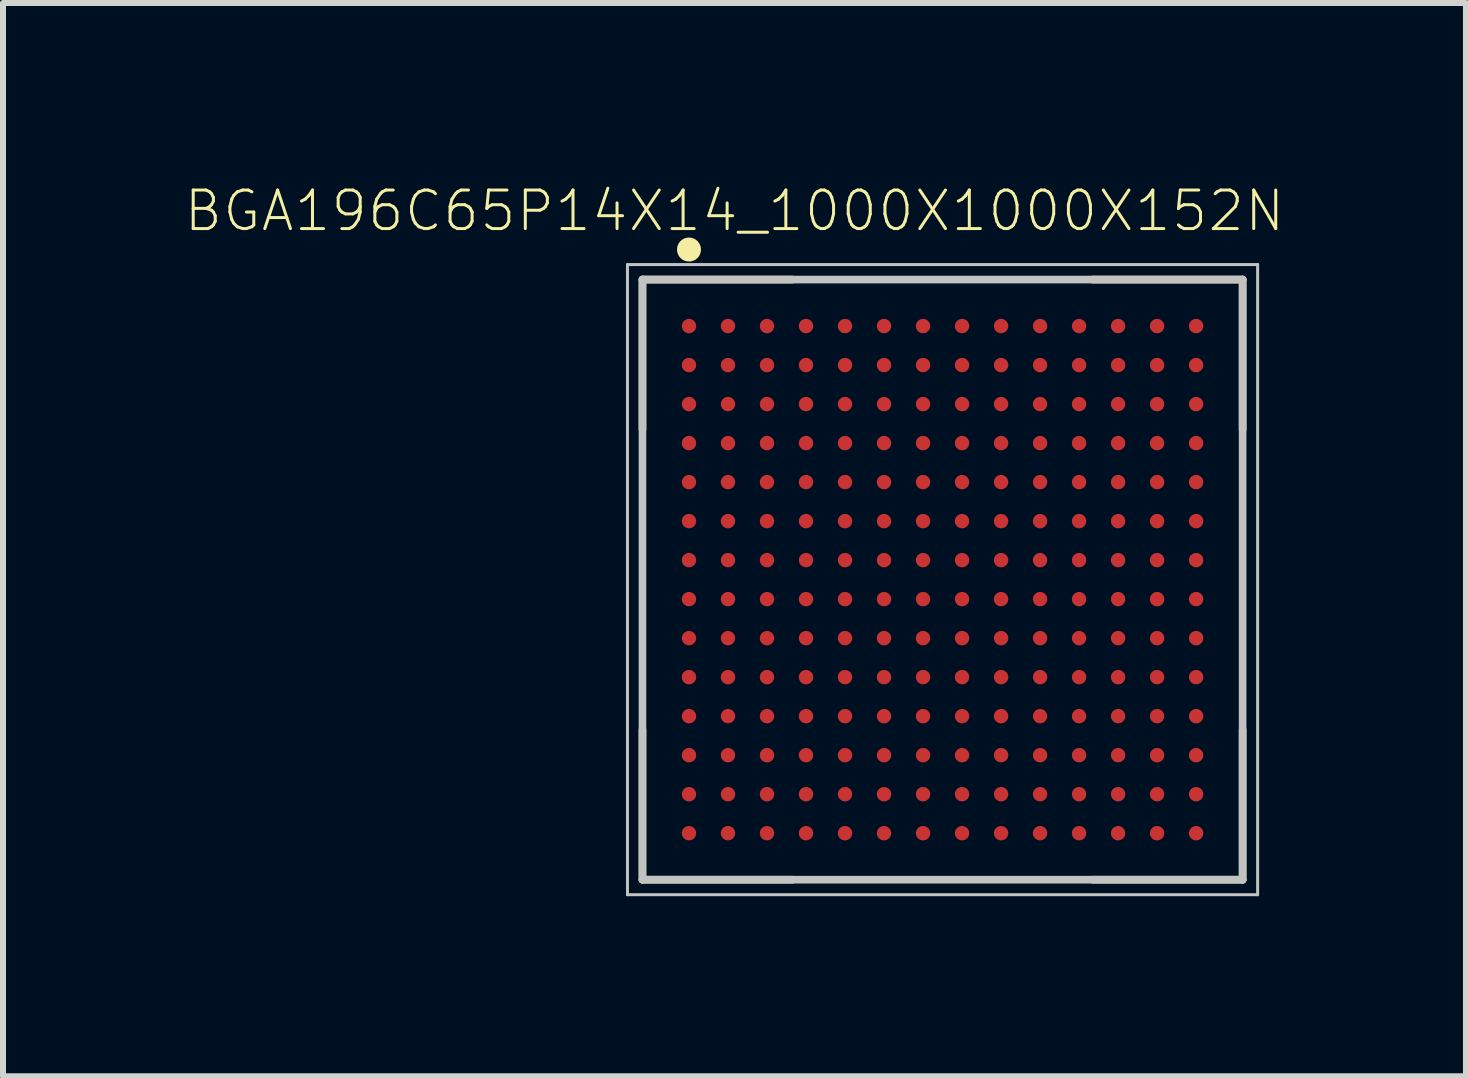
<source format=kicad_pcb>
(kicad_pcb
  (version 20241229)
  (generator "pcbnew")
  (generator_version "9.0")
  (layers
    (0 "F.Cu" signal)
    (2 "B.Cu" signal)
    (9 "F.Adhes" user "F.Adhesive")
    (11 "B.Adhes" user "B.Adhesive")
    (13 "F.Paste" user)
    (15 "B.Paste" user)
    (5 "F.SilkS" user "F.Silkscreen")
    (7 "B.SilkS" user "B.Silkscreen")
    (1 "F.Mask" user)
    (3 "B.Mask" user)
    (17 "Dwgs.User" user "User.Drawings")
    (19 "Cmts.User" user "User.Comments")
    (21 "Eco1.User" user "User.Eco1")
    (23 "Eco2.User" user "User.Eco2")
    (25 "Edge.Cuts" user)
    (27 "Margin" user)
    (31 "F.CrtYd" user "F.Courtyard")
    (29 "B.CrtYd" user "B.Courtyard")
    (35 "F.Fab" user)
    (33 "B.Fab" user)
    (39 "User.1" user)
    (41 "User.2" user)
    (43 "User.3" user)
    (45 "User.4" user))
  (footprint "BGA196C65P14X14_1000X1000X152N"
    (layer "F.Cu")
    (at 12.655 6.608)
    (property "Reference" "BGA196C65P14X14_1000X1000X152N" (at -3.467 -6.144 0) (layer "F.SilkS") (effects (font (size 0.642 0.642) (thickness 0.05))))
    (attr smd)
    (fp_line (start -5 -5) (end -5 -2.5) (stroke (width 0.127) (type solid)) (layer "F.SilkS"))
    (fp_line (start -5 -5) (end -2.5 -5) (stroke (width 0.127) (type solid)) (layer "F.SilkS"))
    (fp_line (start -5 5) (end -5 2.5) (stroke (width 0.127) (type solid)) (layer "F.SilkS"))
    (fp_line (start -2.5 5) (end -5 5) (stroke (width 0.127) (type solid)) (layer "F.SilkS"))
    (fp_line (start 2.5 -5) (end 5 -5) (stroke (width 0.127) (type solid)) (layer "F.SilkS"))
    (fp_line (start 5 -5) (end 5 -2.5) (stroke (width 0.127) (type solid)) (layer "F.SilkS"))
    (fp_line (start 5 2.5) (end 5 5) (stroke (width 0.127) (type solid)) (layer "F.SilkS"))
    (fp_line (start 5 5) (end 2.5 5) (stroke (width 0.127) (type solid)) (layer "F.SilkS"))
    (fp_circle (center -4.225 -5.5) (end -4.125 -5.5) (stroke (width 0.2) (type solid)) (fill no) (layer "F.SilkS"))
    (fp_line (start -5.25 -5.25) (end -5.25 5.25) (stroke (width 0.05) (type solid)) (layer "Dwgs.User"))
    (fp_line (start -5.25 5.25) (end 5.25 5.25) (stroke (width 0.05) (type solid)) (layer "Dwgs.User"))
    (fp_line (start -5 -5) (end 5 -5) (stroke (width 0.127) (type solid)) (layer "Dwgs.User"))
    (fp_line (start -5 5) (end -5 -5) (stroke (width 0.127) (type solid)) (layer "Dwgs.User"))
    (fp_line (start 5 -5) (end 5 5) (stroke (width 0.127) (type solid)) (layer "Dwgs.User"))
    (fp_line (start 5 5) (end -5 5) (stroke (width 0.127) (type solid)) (layer "Dwgs.User"))
    (fp_line (start 5.25 -5.25) (end -5.25 -5.25) (stroke (width 0.05) (type solid)) (layer "Dwgs.User"))
    (fp_line (start 5.25 5.25) (end 5.25 -5.25) (stroke (width 0.05) (type solid)) (layer "Dwgs.User"))
    (pad "A1" smd circle (at -4.225 -4.225) (size 0.24 0.24) (layers "F.Cu" "F.Mask" "F.Paste"))
    (pad "A2" smd circle (at -3.575 -4.225) (size 0.24 0.24) (layers "F.Cu" "F.Mask" "F.Paste"))
    (pad "A3" smd circle (at -2.925 -4.225) (size 0.24 0.24) (layers "F.Cu" "F.Mask" "F.Paste"))
    (pad "A4" smd circle (at -2.275 -4.225) (size 0.24 0.24) (layers "F.Cu" "F.Mask" "F.Paste"))
    (pad "A5" smd circle (at -1.625 -4.225) (size 0.24 0.24) (layers "F.Cu" "F.Mask" "F.Paste"))
    (pad "A6" smd circle (at -0.975 -4.225) (size 0.24 0.24) (layers "F.Cu" "F.Mask" "F.Paste"))
    (pad "A7" smd circle (at -0.325 -4.225) (size 0.24 0.24) (layers "F.Cu" "F.Mask" "F.Paste"))
    (pad "A8" smd circle (at 0.325 -4.225) (size 0.24 0.24) (layers "F.Cu" "F.Mask" "F.Paste"))
    (pad "A9" smd circle (at 0.975 -4.225) (size 0.24 0.24) (layers "F.Cu" "F.Mask" "F.Paste"))
    (pad "A10" smd circle (at 1.625 -4.225) (size 0.24 0.24) (layers "F.Cu" "F.Mask" "F.Paste"))
    (pad "A11" smd circle (at 2.275 -4.225) (size 0.24 0.24) (layers "F.Cu" "F.Mask" "F.Paste"))
    (pad "A12" smd circle (at 2.925 -4.225) (size 0.24 0.24) (layers "F.Cu" "F.Mask" "F.Paste"))
    (pad "A13" smd circle (at 3.575 -4.225) (size 0.24 0.24) (layers "F.Cu" "F.Mask" "F.Paste"))
    (pad "A14" smd circle (at 4.225 -4.225) (size 0.24 0.24) (layers "F.Cu" "F.Mask" "F.Paste"))
    (pad "B1" smd circle (at -4.225 -3.575) (size 0.24 0.24) (layers "F.Cu" "F.Mask" "F.Paste"))
    (pad "B2" smd circle (at -3.575 -3.575) (size 0.24 0.24) (layers "F.Cu" "F.Mask" "F.Paste"))
    (pad "B3" smd circle (at -2.925 -3.575) (size 0.24 0.24) (layers "F.Cu" "F.Mask" "F.Paste"))
    (pad "B4" smd circle (at -2.275 -3.575) (size 0.24 0.24) (layers "F.Cu" "F.Mask" "F.Paste"))
    (pad "B5" smd circle (at -1.625 -3.575) (size 0.24 0.24) (layers "F.Cu" "F.Mask" "F.Paste"))
    (pad "B6" smd circle (at -0.975 -3.575) (size 0.24 0.24) (layers "F.Cu" "F.Mask" "F.Paste"))
    (pad "B7" smd circle (at -0.325 -3.575) (size 0.24 0.24) (layers "F.Cu" "F.Mask" "F.Paste"))
    (pad "B8" smd circle (at 0.325 -3.575) (size 0.24 0.24) (layers "F.Cu" "F.Mask" "F.Paste"))
    (pad "B9" smd circle (at 0.975 -3.575) (size 0.24 0.24) (layers "F.Cu" "F.Mask" "F.Paste"))
    (pad "B10" smd circle (at 1.625 -3.575) (size 0.24 0.24) (layers "F.Cu" "F.Mask" "F.Paste"))
    (pad "B11" smd circle (at 2.275 -3.575) (size 0.24 0.24) (layers "F.Cu" "F.Mask" "F.Paste"))
    (pad "B12" smd circle (at 2.925 -3.575) (size 0.24 0.24) (layers "F.Cu" "F.Mask" "F.Paste"))
    (pad "B13" smd circle (at 3.575 -3.575) (size 0.24 0.24) (layers "F.Cu" "F.Mask" "F.Paste"))
    (pad "B14" smd circle (at 4.225 -3.575) (size 0.24 0.24) (layers "F.Cu" "F.Mask" "F.Paste"))
    (pad "C1" smd circle (at -4.225 -2.925) (size 0.24 0.24) (layers "F.Cu" "F.Mask" "F.Paste"))
    (pad "C2" smd circle (at -3.575 -2.925) (size 0.24 0.24) (layers "F.Cu" "F.Mask" "F.Paste"))
    (pad "C3" smd circle (at -2.925 -2.925) (size 0.24 0.24) (layers "F.Cu" "F.Mask" "F.Paste"))
    (pad "C4" smd circle (at -2.275 -2.925) (size 0.24 0.24) (layers "F.Cu" "F.Mask" "F.Paste"))
    (pad "C5" smd circle (at -1.625 -2.925) (size 0.24 0.24) (layers "F.Cu" "F.Mask" "F.Paste"))
    (pad "C6" smd circle (at -0.975 -2.925) (size 0.24 0.24) (layers "F.Cu" "F.Mask" "F.Paste"))
    (pad "C7" smd circle (at -0.325 -2.925) (size 0.24 0.24) (layers "F.Cu" "F.Mask" "F.Paste"))
    (pad "C8" smd circle (at 0.325 -2.925) (size 0.24 0.24) (layers "F.Cu" "F.Mask" "F.Paste"))
    (pad "C9" smd circle (at 0.975 -2.925) (size 0.24 0.24) (layers "F.Cu" "F.Mask" "F.Paste"))
    (pad "C10" smd circle (at 1.625 -2.925) (size 0.24 0.24) (layers "F.Cu" "F.Mask" "F.Paste"))
    (pad "C11" smd circle (at 2.275 -2.925) (size 0.24 0.24) (layers "F.Cu" "F.Mask" "F.Paste"))
    (pad "C12" smd circle (at 2.925 -2.925) (size 0.24 0.24) (layers "F.Cu" "F.Mask" "F.Paste"))
    (pad "C13" smd circle (at 3.575 -2.925) (size 0.24 0.24) (layers "F.Cu" "F.Mask" "F.Paste"))
    (pad "C14" smd circle (at 4.225 -2.925) (size 0.24 0.24) (layers "F.Cu" "F.Mask" "F.Paste"))
    (pad "D1" smd circle (at -4.225 -2.275) (size 0.24 0.24) (layers "F.Cu" "F.Mask" "F.Paste"))
    (pad "D2" smd circle (at -3.575 -2.275) (size 0.24 0.24) (layers "F.Cu" "F.Mask" "F.Paste"))
    (pad "D3" smd circle (at -2.925 -2.275) (size 0.24 0.24) (layers "F.Cu" "F.Mask" "F.Paste"))
    (pad "D4" smd circle (at -2.275 -2.275) (size 0.24 0.24) (layers "F.Cu" "F.Mask" "F.Paste"))
    (pad "D5" smd circle (at -1.625 -2.275) (size 0.24 0.24) (layers "F.Cu" "F.Mask" "F.Paste"))
    (pad "D6" smd circle (at -0.975 -2.275) (size 0.24 0.24) (layers "F.Cu" "F.Mask" "F.Paste"))
    (pad "D7" smd circle (at -0.325 -2.275) (size 0.24 0.24) (layers "F.Cu" "F.Mask" "F.Paste"))
    (pad "D8" smd circle (at 0.325 -2.275) (size 0.24 0.24) (layers "F.Cu" "F.Mask" "F.Paste"))
    (pad "D9" smd circle (at 0.975 -2.275) (size 0.24 0.24) (layers "F.Cu" "F.Mask" "F.Paste"))
    (pad "D10" smd circle (at 1.625 -2.275) (size 0.24 0.24) (layers "F.Cu" "F.Mask" "F.Paste"))
    (pad "D11" smd circle (at 2.275 -2.275) (size 0.24 0.24) (layers "F.Cu" "F.Mask" "F.Paste"))
    (pad "D12" smd circle (at 2.925 -2.275) (size 0.24 0.24) (layers "F.Cu" "F.Mask" "F.Paste"))
    (pad "D13" smd circle (at 3.575 -2.275) (size 0.24 0.24) (layers "F.Cu" "F.Mask" "F.Paste"))
    (pad "D14" smd circle (at 4.225 -2.275) (size 0.24 0.24) (layers "F.Cu" "F.Mask" "F.Paste"))
    (pad "E1" smd circle (at -4.225 -1.625) (size 0.24 0.24) (layers "F.Cu" "F.Mask" "F.Paste"))
    (pad "E2" smd circle (at -3.575 -1.625) (size 0.24 0.24) (layers "F.Cu" "F.Mask" "F.Paste"))
    (pad "E3" smd circle (at -2.925 -1.625) (size 0.24 0.24) (layers "F.Cu" "F.Mask" "F.Paste"))
    (pad "E4" smd circle (at -2.275 -1.625) (size 0.24 0.24) (layers "F.Cu" "F.Mask" "F.Paste"))
    (pad "E5" smd circle (at -1.625 -1.625) (size 0.24 0.24) (layers "F.Cu" "F.Mask" "F.Paste"))
    (pad "E6" smd circle (at -0.975 -1.625) (size 0.24 0.24) (layers "F.Cu" "F.Mask" "F.Paste"))
    (pad "E7" smd circle (at -0.325 -1.625) (size 0.24 0.24) (layers "F.Cu" "F.Mask" "F.Paste"))
    (pad "E8" smd circle (at 0.325 -1.625) (size 0.24 0.24) (layers "F.Cu" "F.Mask" "F.Paste"))
    (pad "E9" smd circle (at 0.975 -1.625) (size 0.24 0.24) (layers "F.Cu" "F.Mask" "F.Paste"))
    (pad "E10" smd circle (at 1.625 -1.625) (size 0.24 0.24) (layers "F.Cu" "F.Mask" "F.Paste"))
    (pad "E11" smd circle (at 2.275 -1.625) (size 0.24 0.24) (layers "F.Cu" "F.Mask" "F.Paste"))
    (pad "E12" smd circle (at 2.925 -1.625) (size 0.24 0.24) (layers "F.Cu" "F.Mask" "F.Paste"))
    (pad "E13" smd circle (at 3.575 -1.625) (size 0.24 0.24) (layers "F.Cu" "F.Mask" "F.Paste"))
    (pad "E14" smd circle (at 4.225 -1.625) (size 0.24 0.24) (layers "F.Cu" "F.Mask" "F.Paste"))
    (pad "F1" smd circle (at -4.225 -0.975) (size 0.24 0.24) (layers "F.Cu" "F.Mask" "F.Paste"))
    (pad "F2" smd circle (at -3.575 -0.975) (size 0.24 0.24) (layers "F.Cu" "F.Mask" "F.Paste"))
    (pad "F3" smd circle (at -2.925 -0.975) (size 0.24 0.24) (layers "F.Cu" "F.Mask" "F.Paste"))
    (pad "F4" smd circle (at -2.275 -0.975) (size 0.24 0.24) (layers "F.Cu" "F.Mask" "F.Paste"))
    (pad "F5" smd circle (at -1.625 -0.975) (size 0.24 0.24) (layers "F.Cu" "F.Mask" "F.Paste"))
    (pad "F6" smd circle (at -0.975 -0.975) (size 0.24 0.24) (layers "F.Cu" "F.Mask" "F.Paste"))
    (pad "F7" smd circle (at -0.325 -0.975) (size 0.24 0.24) (layers "F.Cu" "F.Mask" "F.Paste"))
    (pad "F8" smd circle (at 0.325 -0.975) (size 0.24 0.24) (layers "F.Cu" "F.Mask" "F.Paste"))
    (pad "F9" smd circle (at 0.975 -0.975) (size 0.24 0.24) (layers "F.Cu" "F.Mask" "F.Paste"))
    (pad "F10" smd circle (at 1.625 -0.975) (size 0.24 0.24) (layers "F.Cu" "F.Mask" "F.Paste"))
    (pad "F11" smd circle (at 2.275 -0.975) (size 0.24 0.24) (layers "F.Cu" "F.Mask" "F.Paste"))
    (pad "F12" smd circle (at 2.925 -0.975) (size 0.24 0.24) (layers "F.Cu" "F.Mask" "F.Paste"))
    (pad "F13" smd circle (at 3.575 -0.975) (size 0.24 0.24) (layers "F.Cu" "F.Mask" "F.Paste"))
    (pad "F14" smd circle (at 4.225 -0.975) (size 0.24 0.24) (layers "F.Cu" "F.Mask" "F.Paste"))
    (pad "G1" smd circle (at -4.225 -0.325) (size 0.24 0.24) (layers "F.Cu" "F.Mask" "F.Paste"))
    (pad "G2" smd circle (at -3.575 -0.325) (size 0.24 0.24) (layers "F.Cu" "F.Mask" "F.Paste"))
    (pad "G3" smd circle (at -2.925 -0.325) (size 0.24 0.24) (layers "F.Cu" "F.Mask" "F.Paste"))
    (pad "G4" smd circle (at -2.275 -0.325) (size 0.24 0.24) (layers "F.Cu" "F.Mask" "F.Paste"))
    (pad "G5" smd circle (at -1.625 -0.325) (size 0.24 0.24) (layers "F.Cu" "F.Mask" "F.Paste"))
    (pad "G6" smd circle (at -0.975 -0.325) (size 0.24 0.24) (layers "F.Cu" "F.Mask" "F.Paste"))
    (pad "G7" smd circle (at -0.325 -0.325) (size 0.24 0.24) (layers "F.Cu" "F.Mask" "F.Paste"))
    (pad "G8" smd circle (at 0.325 -0.325) (size 0.24 0.24) (layers "F.Cu" "F.Mask" "F.Paste"))
    (pad "G9" smd circle (at 0.975 -0.325) (size 0.24 0.24) (layers "F.Cu" "F.Mask" "F.Paste"))
    (pad "G10" smd circle (at 1.625 -0.325) (size 0.24 0.24) (layers "F.Cu" "F.Mask" "F.Paste"))
    (pad "G11" smd circle (at 2.275 -0.325) (size 0.24 0.24) (layers "F.Cu" "F.Mask" "F.Paste"))
    (pad "G12" smd circle (at 2.925 -0.325) (size 0.24 0.24) (layers "F.Cu" "F.Mask" "F.Paste"))
    (pad "G13" smd circle (at 3.575 -0.325) (size 0.24 0.24) (layers "F.Cu" "F.Mask" "F.Paste"))
    (pad "G14" smd circle (at 4.225 -0.325) (size 0.24 0.24) (layers "F.Cu" "F.Mask" "F.Paste"))
    (pad "H1" smd circle (at -4.225 0.325) (size 0.24 0.24) (layers "F.Cu" "F.Mask" "F.Paste"))
    (pad "H2" smd circle (at -3.575 0.325) (size 0.24 0.24) (layers "F.Cu" "F.Mask" "F.Paste"))
    (pad "H3" smd circle (at -2.925 0.325) (size 0.24 0.24) (layers "F.Cu" "F.Mask" "F.Paste"))
    (pad "H4" smd circle (at -2.275 0.325) (size 0.24 0.24) (layers "F.Cu" "F.Mask" "F.Paste"))
    (pad "H5" smd circle (at -1.625 0.325) (size 0.24 0.24) (layers "F.Cu" "F.Mask" "F.Paste"))
    (pad "H6" smd circle (at -0.975 0.325) (size 0.24 0.24) (layers "F.Cu" "F.Mask" "F.Paste"))
    (pad "H7" smd circle (at -0.325 0.325) (size 0.24 0.24) (layers "F.Cu" "F.Mask" "F.Paste"))
    (pad "H8" smd circle (at 0.325 0.325) (size 0.24 0.24) (layers "F.Cu" "F.Mask" "F.Paste"))
    (pad "H9" smd circle (at 0.975 0.325) (size 0.24 0.24) (layers "F.Cu" "F.Mask" "F.Paste"))
    (pad "H10" smd circle (at 1.625 0.325) (size 0.24 0.24) (layers "F.Cu" "F.Mask" "F.Paste"))
    (pad "H11" smd circle (at 2.275 0.325) (size 0.24 0.24) (layers "F.Cu" "F.Mask" "F.Paste"))
    (pad "H12" smd circle (at 2.925 0.325) (size 0.24 0.24) (layers "F.Cu" "F.Mask" "F.Paste"))
    (pad "H13" smd circle (at 3.575 0.325) (size 0.24 0.24) (layers "F.Cu" "F.Mask" "F.Paste"))
    (pad "H14" smd circle (at 4.225 0.325) (size 0.24 0.24) (layers "F.Cu" "F.Mask" "F.Paste"))
    (pad "J1" smd circle (at -4.225 0.975) (size 0.24 0.24) (layers "F.Cu" "F.Mask" "F.Paste"))
    (pad "J2" smd circle (at -3.575 0.975) (size 0.24 0.24) (layers "F.Cu" "F.Mask" "F.Paste"))
    (pad "J3" smd circle (at -2.925 0.975) (size 0.24 0.24) (layers "F.Cu" "F.Mask" "F.Paste"))
    (pad "J4" smd circle (at -2.275 0.975) (size 0.24 0.24) (layers "F.Cu" "F.Mask" "F.Paste"))
    (pad "J5" smd circle (at -1.625 0.975) (size 0.24 0.24) (layers "F.Cu" "F.Mask" "F.Paste"))
    (pad "J6" smd circle (at -0.975 0.975) (size 0.24 0.24) (layers "F.Cu" "F.Mask" "F.Paste"))
    (pad "J7" smd circle (at -0.325 0.975) (size 0.24 0.24) (layers "F.Cu" "F.Mask" "F.Paste"))
    (pad "J8" smd circle (at 0.325 0.975) (size 0.24 0.24) (layers "F.Cu" "F.Mask" "F.Paste"))
    (pad "J9" smd circle (at 0.975 0.975) (size 0.24 0.24) (layers "F.Cu" "F.Mask" "F.Paste"))
    (pad "J10" smd circle (at 1.625 0.975) (size 0.24 0.24) (layers "F.Cu" "F.Mask" "F.Paste"))
    (pad "J11" smd circle (at 2.275 0.975) (size 0.24 0.24) (layers "F.Cu" "F.Mask" "F.Paste"))
    (pad "J12" smd circle (at 2.925 0.975) (size 0.24 0.24) (layers "F.Cu" "F.Mask" "F.Paste"))
    (pad "J13" smd circle (at 3.575 0.975) (size 0.24 0.24) (layers "F.Cu" "F.Mask" "F.Paste"))
    (pad "J14" smd circle (at 4.225 0.975) (size 0.24 0.24) (layers "F.Cu" "F.Mask" "F.Paste"))
    (pad "K1" smd circle (at -4.225 1.625) (size 0.24 0.24) (layers "F.Cu" "F.Mask" "F.Paste"))
    (pad "K2" smd circle (at -3.575 1.625) (size 0.24 0.24) (layers "F.Cu" "F.Mask" "F.Paste"))
    (pad "K3" smd circle (at -2.925 1.625) (size 0.24 0.24) (layers "F.Cu" "F.Mask" "F.Paste"))
    (pad "K4" smd circle (at -2.275 1.625) (size 0.24 0.24) (layers "F.Cu" "F.Mask" "F.Paste"))
    (pad "K5" smd circle (at -1.625 1.625) (size 0.24 0.24) (layers "F.Cu" "F.Mask" "F.Paste"))
    (pad "K6" smd circle (at -0.975 1.625) (size 0.24 0.24) (layers "F.Cu" "F.Mask" "F.Paste"))
    (pad "K7" smd circle (at -0.325 1.625) (size 0.24 0.24) (layers "F.Cu" "F.Mask" "F.Paste"))
    (pad "K8" smd circle (at 0.325 1.625) (size 0.24 0.24) (layers "F.Cu" "F.Mask" "F.Paste"))
    (pad "K9" smd circle (at 0.975 1.625) (size 0.24 0.24) (layers "F.Cu" "F.Mask" "F.Paste"))
    (pad "K10" smd circle (at 1.625 1.625) (size 0.24 0.24) (layers "F.Cu" "F.Mask" "F.Paste"))
    (pad "K11" smd circle (at 2.275 1.625) (size 0.24 0.24) (layers "F.Cu" "F.Mask" "F.Paste"))
    (pad "K12" smd circle (at 2.925 1.625) (size 0.24 0.24) (layers "F.Cu" "F.Mask" "F.Paste"))
    (pad "K13" smd circle (at 3.575 1.625) (size 0.24 0.24) (layers "F.Cu" "F.Mask" "F.Paste"))
    (pad "K14" smd circle (at 4.225 1.625) (size 0.24 0.24) (layers "F.Cu" "F.Mask" "F.Paste"))
    (pad "L1" smd circle (at -4.225 2.275) (size 0.24 0.24) (layers "F.Cu" "F.Mask" "F.Paste"))
    (pad "L2" smd circle (at -3.575 2.275) (size 0.24 0.24) (layers "F.Cu" "F.Mask" "F.Paste"))
    (pad "L3" smd circle (at -2.925 2.275) (size 0.24 0.24) (layers "F.Cu" "F.Mask" "F.Paste"))
    (pad "L4" smd circle (at -2.275 2.275) (size 0.24 0.24) (layers "F.Cu" "F.Mask" "F.Paste"))
    (pad "L5" smd circle (at -1.625 2.275) (size 0.24 0.24) (layers "F.Cu" "F.Mask" "F.Paste"))
    (pad "L6" smd circle (at -0.975 2.275) (size 0.24 0.24) (layers "F.Cu" "F.Mask" "F.Paste"))
    (pad "L7" smd circle (at -0.325 2.275) (size 0.24 0.24) (layers "F.Cu" "F.Mask" "F.Paste"))
    (pad "L8" smd circle (at 0.325 2.275) (size 0.24 0.24) (layers "F.Cu" "F.Mask" "F.Paste"))
    (pad "L9" smd circle (at 0.975 2.275) (size 0.24 0.24) (layers "F.Cu" "F.Mask" "F.Paste"))
    (pad "L10" smd circle (at 1.625 2.275) (size 0.24 0.24) (layers "F.Cu" "F.Mask" "F.Paste"))
    (pad "L11" smd circle (at 2.275 2.275) (size 0.24 0.24) (layers "F.Cu" "F.Mask" "F.Paste"))
    (pad "L12" smd circle (at 2.925 2.275) (size 0.24 0.24) (layers "F.Cu" "F.Mask" "F.Paste"))
    (pad "L13" smd circle (at 3.575 2.275) (size 0.24 0.24) (layers "F.Cu" "F.Mask" "F.Paste"))
    (pad "L14" smd circle (at 4.225 2.275) (size 0.24 0.24) (layers "F.Cu" "F.Mask" "F.Paste"))
    (pad "M1" smd circle (at -4.225 2.925) (size 0.24 0.24) (layers "F.Cu" "F.Mask" "F.Paste"))
    (pad "M2" smd circle (at -3.575 2.925) (size 0.24 0.24) (layers "F.Cu" "F.Mask" "F.Paste"))
    (pad "M3" smd circle (at -2.925 2.925) (size 0.24 0.24) (layers "F.Cu" "F.Mask" "F.Paste"))
    (pad "M4" smd circle (at -2.275 2.925) (size 0.24 0.24) (layers "F.Cu" "F.Mask" "F.Paste"))
    (pad "M5" smd circle (at -1.625 2.925) (size 0.24 0.24) (layers "F.Cu" "F.Mask" "F.Paste"))
    (pad "M6" smd circle (at -0.975 2.925) (size 0.24 0.24) (layers "F.Cu" "F.Mask" "F.Paste"))
    (pad "M7" smd circle (at -0.325 2.925) (size 0.24 0.24) (layers "F.Cu" "F.Mask" "F.Paste"))
    (pad "M8" smd circle (at 0.325 2.925) (size 0.24 0.24) (layers "F.Cu" "F.Mask" "F.Paste"))
    (pad "M9" smd circle (at 0.975 2.925) (size 0.24 0.24) (layers "F.Cu" "F.Mask" "F.Paste"))
    (pad "M10" smd circle (at 1.625 2.925) (size 0.24 0.24) (layers "F.Cu" "F.Mask" "F.Paste"))
    (pad "M11" smd circle (at 2.275 2.925) (size 0.24 0.24) (layers "F.Cu" "F.Mask" "F.Paste"))
    (pad "M12" smd circle (at 2.925 2.925) (size 0.24 0.24) (layers "F.Cu" "F.Mask" "F.Paste"))
    (pad "M13" smd circle (at 3.575 2.925) (size 0.24 0.24) (layers "F.Cu" "F.Mask" "F.Paste"))
    (pad "M14" smd circle (at 4.225 2.925) (size 0.24 0.24) (layers "F.Cu" "F.Mask" "F.Paste"))
    (pad "N1" smd circle (at -4.225 3.575) (size 0.24 0.24) (layers "F.Cu" "F.Mask" "F.Paste"))
    (pad "N2" smd circle (at -3.575 3.575) (size 0.24 0.24) (layers "F.Cu" "F.Mask" "F.Paste"))
    (pad "N3" smd circle (at -2.925 3.575) (size 0.24 0.24) (layers "F.Cu" "F.Mask" "F.Paste"))
    (pad "N4" smd circle (at -2.275 3.575) (size 0.24 0.24) (layers "F.Cu" "F.Mask" "F.Paste"))
    (pad "N5" smd circle (at -1.625 3.575) (size 0.24 0.24) (layers "F.Cu" "F.Mask" "F.Paste"))
    (pad "N6" smd circle (at -0.975 3.575) (size 0.24 0.24) (layers "F.Cu" "F.Mask" "F.Paste"))
    (pad "N7" smd circle (at -0.325 3.575) (size 0.24 0.24) (layers "F.Cu" "F.Mask" "F.Paste"))
    (pad "N8" smd circle (at 0.325 3.575) (size 0.24 0.24) (layers "F.Cu" "F.Mask" "F.Paste"))
    (pad "N9" smd circle (at 0.975 3.575) (size 0.24 0.24) (layers "F.Cu" "F.Mask" "F.Paste"))
    (pad "N10" smd circle (at 1.625 3.575) (size 0.24 0.24) (layers "F.Cu" "F.Mask" "F.Paste"))
    (pad "N11" smd circle (at 2.275 3.575) (size 0.24 0.24) (layers "F.Cu" "F.Mask" "F.Paste"))
    (pad "N12" smd circle (at 2.925 3.575) (size 0.24 0.24) (layers "F.Cu" "F.Mask" "F.Paste"))
    (pad "N13" smd circle (at 3.575 3.575) (size 0.24 0.24) (layers "F.Cu" "F.Mask" "F.Paste"))
    (pad "N14" smd circle (at 4.225 3.575) (size 0.24 0.24) (layers "F.Cu" "F.Mask" "F.Paste"))
    (pad "P1" smd circle (at -4.225 4.225) (size 0.24 0.24) (layers "F.Cu" "F.Mask" "F.Paste"))
    (pad "P2" smd circle (at -3.575 4.225) (size 0.24 0.24) (layers "F.Cu" "F.Mask" "F.Paste"))
    (pad "P3" smd circle (at -2.925 4.225) (size 0.24 0.24) (layers "F.Cu" "F.Mask" "F.Paste"))
    (pad "P4" smd circle (at -2.275 4.225) (size 0.24 0.24) (layers "F.Cu" "F.Mask" "F.Paste"))
    (pad "P5" smd circle (at -1.625 4.225) (size 0.24 0.24) (layers "F.Cu" "F.Mask" "F.Paste"))
    (pad "P6" smd circle (at -0.975 4.225) (size 0.24 0.24) (layers "F.Cu" "F.Mask" "F.Paste"))
    (pad "P7" smd circle (at -0.325 4.225) (size 0.24 0.24) (layers "F.Cu" "F.Mask" "F.Paste"))
    (pad "P8" smd circle (at 0.325 4.225) (size 0.24 0.24) (layers "F.Cu" "F.Mask" "F.Paste"))
    (pad "P9" smd circle (at 0.975 4.225) (size 0.24 0.24) (layers "F.Cu" "F.Mask" "F.Paste"))
    (pad "P10" smd circle (at 1.625 4.225) (size 0.24 0.24) (layers "F.Cu" "F.Mask" "F.Paste"))
    (pad "P11" smd circle (at 2.275 4.225) (size 0.24 0.24) (layers "F.Cu" "F.Mask" "F.Paste"))
    (pad "P12" smd circle (at 2.925 4.225) (size 0.24 0.24) (layers "F.Cu" "F.Mask" "F.Paste"))
    (pad "P13" smd circle (at 3.575 4.225) (size 0.24 0.24) (layers "F.Cu" "F.Mask" "F.Paste"))
    (pad "P14" smd circle (at 4.225 4.225) (size 0.24 0.24) (layers "F.Cu" "F.Mask" "F.Paste")))
  (gr_rect
    (start -3 -3)
    (end 21.376 14.883)
    (stroke (width 0.1) (type default))
    (fill no)
    (layer "Edge.Cuts")))
</source>
